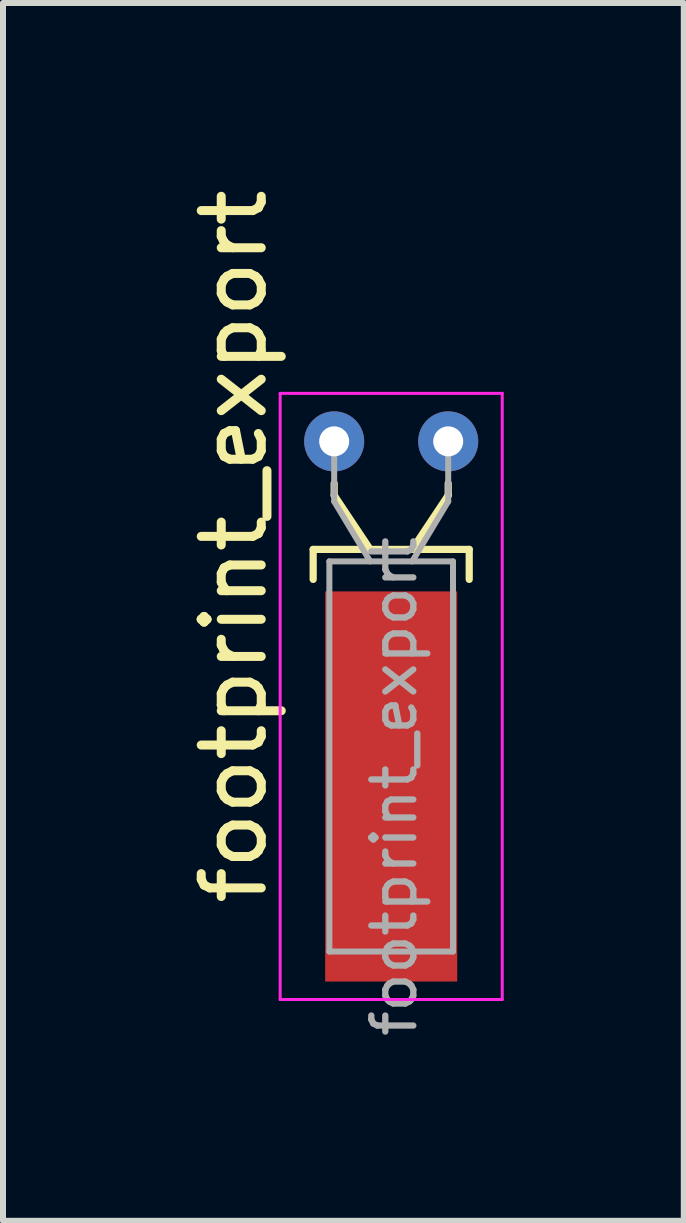
<source format=kicad_pcb>
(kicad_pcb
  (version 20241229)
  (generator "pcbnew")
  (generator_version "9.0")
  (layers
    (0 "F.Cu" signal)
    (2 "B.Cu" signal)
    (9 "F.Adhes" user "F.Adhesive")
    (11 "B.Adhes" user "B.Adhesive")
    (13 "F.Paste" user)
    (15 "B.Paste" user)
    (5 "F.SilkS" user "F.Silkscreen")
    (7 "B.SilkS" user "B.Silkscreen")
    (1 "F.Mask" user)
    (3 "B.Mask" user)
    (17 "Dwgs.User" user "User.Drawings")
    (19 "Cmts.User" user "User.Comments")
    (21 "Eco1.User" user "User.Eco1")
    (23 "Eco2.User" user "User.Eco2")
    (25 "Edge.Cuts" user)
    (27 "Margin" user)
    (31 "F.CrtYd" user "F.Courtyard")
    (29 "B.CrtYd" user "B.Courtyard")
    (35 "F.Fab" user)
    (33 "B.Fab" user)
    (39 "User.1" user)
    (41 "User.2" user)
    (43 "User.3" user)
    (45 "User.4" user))
  (footprint "footprint_export"
    (layer "F.Cu")
    (at 2.518 4.304)
    (property "Reference" "footprint_export" (at -1.67 1.75 90) (layer "F.SilkS") (effects (font (size 1 1) (thickness 0.15))))
    (attr through_hole)
    (fp_line (start -0.35 1.8) (end 2.25 1.8) (stroke (width 0.12) (type solid)) (layer "F.SilkS"))
    (fp_line (start -0.35 2.3) (end -0.35 1.8) (stroke (width 0.12) (type solid)) (layer "F.SilkS"))
    (fp_line (start 0 0.9) (end 0 0.7) (stroke (width 0.12) (type solid)) (layer "F.SilkS"))
    (fp_line (start 0.6 1.8) (end 0 0.9) (stroke (width 0.12) (type solid)) (layer "F.SilkS"))
    (fp_line (start 1.3 1.8) (end 1.9 0.9) (stroke (width 0.12) (type solid)) (layer "F.SilkS"))
    (fp_line (start 1.9 0.9) (end 1.9 0.7) (stroke (width 0.12) (type solid)) (layer "F.SilkS"))
    (fp_line (start 2.25 1.8) (end 2.25 2.3) (stroke (width 0.12) (type solid)) (layer "F.SilkS"))
    (fp_line (start -0.9 -0.8) (end -0.9 9.3) (stroke (width 0.05) (type solid)) (layer "F.CrtYd"))
    (fp_line (start -0.9 9.3) (end 2.8 9.3) (stroke (width 0.05) (type solid)) (layer "F.CrtYd"))
    (fp_line (start 2.8 -0.8) (end -0.9 -0.8) (stroke (width 0.05) (type solid)) (layer "F.CrtYd"))
    (fp_line (start 2.8 9.3) (end 2.8 -0.8) (stroke (width 0.05) (type solid)) (layer "F.CrtYd"))
    (fp_line (start -0.08 2) (end -0.08 8.5) (stroke (width 0.1) (type solid)) (layer "F.Fab"))
    (fp_line (start -0.08 8.5) (end 1.98 8.5) (stroke (width 0.1) (type solid)) (layer "F.Fab"))
    (fp_line (start 0 1) (end 0 0) (stroke (width 0.1) (type solid)) (layer "F.Fab"))
    (fp_line (start 0.6 2) (end 0 1) (stroke (width 0.1) (type solid)) (layer "F.Fab"))
    (fp_line (start 1.3 2) (end 1.9 1) (stroke (width 0.1) (type solid)) (layer "F.Fab"))
    (fp_line (start 1.9 1) (end 1.9 0) (stroke (width 0.1) (type solid)) (layer "F.Fab"))
    (fp_line (start 1.98 2) (end -0.08 2) (stroke (width 0.1) (type solid)) (layer "F.Fab"))
    (fp_line (start 1.98 8.5) (end 1.98 2) (stroke (width 0.1) (type solid)) (layer "F.Fab"))
    (fp_text user "${REFERENCE}" (at 1 5.75 90) (layer "F.Fab") (effects (font (size 0.7 0.7) (thickness 0.105))))
    (pad "1" thru_hole circle (at 0 0) (size 1 1) (drill 0.5) (layers "*.Cu" "*.Mask"))
    (pad "2" thru_hole circle (at 1.9 0) (size 1 1) (drill 0.5) (layers "*.Cu" "*.Mask"))
    (pad "3" smd rect (at 0.95 5.75) (size 2.2 6.5) (layers "F.Cu" "F.Mask" "F.Paste")))
  (gr_rect
    (start -3 -3)
    (end 8.343 17.291)
    (stroke (width 0.1) (type default))
    (fill no)
    (layer "Edge.Cuts")))
</source>
